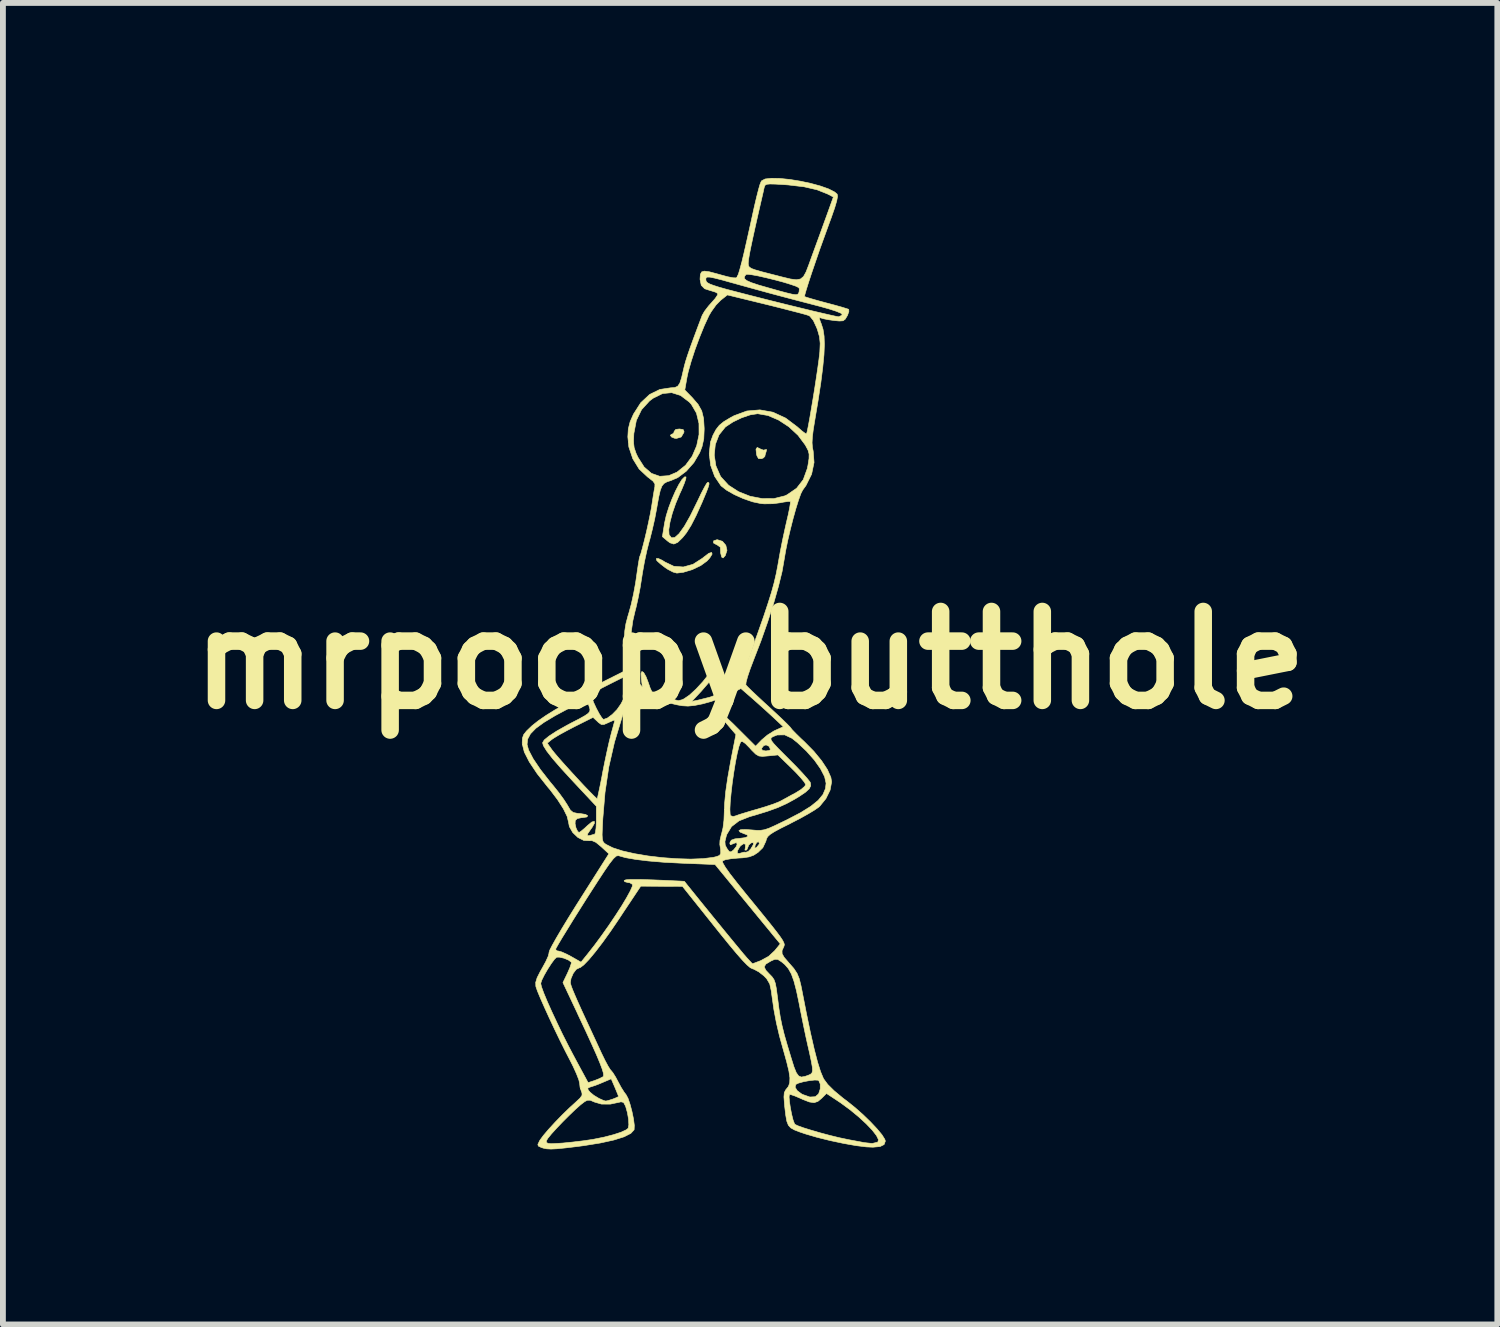
<source format=kicad_pcb>
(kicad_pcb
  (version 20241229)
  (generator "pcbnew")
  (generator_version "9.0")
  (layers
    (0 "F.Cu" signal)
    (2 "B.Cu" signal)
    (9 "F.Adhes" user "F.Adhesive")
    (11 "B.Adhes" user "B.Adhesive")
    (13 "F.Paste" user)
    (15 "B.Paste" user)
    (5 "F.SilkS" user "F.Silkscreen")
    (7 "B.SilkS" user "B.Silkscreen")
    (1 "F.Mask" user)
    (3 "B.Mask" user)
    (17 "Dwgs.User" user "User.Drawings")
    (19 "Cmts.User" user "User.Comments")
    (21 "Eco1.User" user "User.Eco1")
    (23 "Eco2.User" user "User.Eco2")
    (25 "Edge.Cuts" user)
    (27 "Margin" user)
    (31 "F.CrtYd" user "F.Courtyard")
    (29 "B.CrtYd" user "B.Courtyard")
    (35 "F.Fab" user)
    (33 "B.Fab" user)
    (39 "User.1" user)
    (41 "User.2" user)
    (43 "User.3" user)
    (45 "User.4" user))
  (footprint "mrpoopybutthole"
    (layer "F.Cu")
    (at 9.804 8.263)
    (property "Reference" "mrpoopybutthole" (at 0 0 0) (layer "F.SilkS") (effects (font (size 1.524 1.524) (thickness 0.3))))
    (attr through_hole)
    (fp_poly (pts (xy -1.147 -3.952) (xy -1.132 -3.918) (xy -1.135 -3.902) (xy -1.18 -3.825) (xy -1.261 -3.8) (xy -1.294 -3.803) (xy -1.346 -3.824) (xy -1.367 -3.853) (xy -1.347 -3.872) (xy -1.333 -3.873) (xy -1.305 -3.899) (xy -1.302 -3.919) (xy -1.274 -3.954) (xy -1.211 -3.962) (xy -1.147 -3.952)) (stroke (width 0.01) (type solid)) (fill yes) (layer "F.SilkS"))
    (fp_poly (pts (xy 0.172 -3.622) (xy 0.172 -3.621) (xy 0.229 -3.599) (xy 0.258 -3.606) (xy 0.283 -3.609) (xy 0.275 -3.574) (xy 0.257 -3.515) (xy 0.254 -3.494) (xy 0.228 -3.466) (xy 0.192 -3.452) (xy 0.144 -3.455) (xy 0.117 -3.503) (xy 0.11 -3.53) (xy 0.101 -3.615) (xy 0.122 -3.646) (xy 0.172 -3.622)) (stroke (width 0.01) (type solid)) (fill yes) (layer "F.SilkS"))
    (fp_poly (pts (xy -0.474 -2.037) (xy -0.416 -1.969) (xy -0.396 -1.882) (xy -0.424 -1.796) (xy -0.426 -1.792) (xy -0.462 -1.752) (xy -0.483 -1.762) (xy -0.491 -1.781) (xy -0.506 -1.841) (xy -0.506 -1.861) (xy -0.51 -1.936) (xy -0.564 -1.975) (xy -0.572 -1.978) (xy -0.627 -2.008) (xy -0.626 -2.044) (xy -0.572 -2.063) (xy -0.56 -2.064) (xy -0.474 -2.037)) (stroke (width 0.01) (type solid)) (fill yes) (layer "F.SilkS"))
    (fp_poly (pts (xy -0.651 -1.818) (xy -0.69 -1.754) (xy -0.737 -1.701) (xy -0.846 -1.621) (xy -0.991 -1.552) (xy -1.143 -1.506) (xy -1.255 -1.492) (xy -1.321 -1.51) (xy -1.409 -1.556) (xy -1.453 -1.585) (xy -1.532 -1.646) (xy -1.588 -1.696) (xy -1.602 -1.712) (xy -1.606 -1.742) (xy -1.57 -1.741) (xy -1.505 -1.711) (xy -1.458 -1.681) (xy -1.307 -1.609) (xy -1.144 -1.597) (xy -0.978 -1.643) (xy -0.816 -1.747) (xy -0.792 -1.767) (xy -0.708 -1.831) (xy -0.659 -1.846) (xy -0.651 -1.818)) (stroke (width 0.01) (type solid)) (fill yes) (layer "F.SilkS"))
    (fp_poly (pts (xy -1.098 -3.14) (xy -1.102 -3.105) (xy -1.129 -3.027) (xy -1.174 -2.919) (xy -1.204 -2.855) (xy -1.275 -2.686) (xy -1.333 -2.518) (xy -1.373 -2.364) (xy -1.393 -2.238) (xy -1.389 -2.154) (xy -1.387 -2.148) (xy -1.347 -2.096) (xy -1.289 -2.103) (xy -1.216 -2.169) (xy -1.127 -2.293) (xy -1.025 -2.473) (xy -0.909 -2.709) (xy -0.898 -2.731) (xy -0.837 -2.859) (xy -0.783 -2.962) (xy -0.744 -3.029) (xy -0.725 -3.048) (xy -0.707 -3.042) (xy -0.703 -3.019) (xy -0.716 -2.969) (xy -0.748 -2.883) (xy -0.804 -2.75) (xy -0.823 -2.704) (xy -0.923 -2.482) (xy -1.01 -2.312) (xy -1.091 -2.182) (xy -1.156 -2.101) (xy -1.24 -2.019) (xy -1.307 -1.99) (xy -1.373 -2.011) (xy -1.416 -2.043) (xy -1.503 -2.117) (xy -1.465 -2.353) (xy -1.437 -2.478) (xy -1.393 -2.618) (xy -1.339 -2.76) (xy -1.28 -2.895) (xy -1.221 -3.01) (xy -1.167 -3.096) (xy -1.122 -3.141) (xy -1.098 -3.14)) (stroke (width 0.01) (type solid)) (fill yes) (layer "F.SilkS"))
    (fp_poly (pts (xy 0.511 -8.255) (xy 0.679 -8.238) (xy 0.858 -8.209) (xy 1.037 -8.171) (xy 1.203 -8.126) (xy 1.344 -8.076) (xy 1.448 -8.023) (xy 1.492 -7.986) (xy 1.499 -7.949) (xy 1.485 -7.873) (xy 1.45 -7.753) (xy 1.391 -7.583) (xy 1.362 -7.505) (xy 1.278 -7.273) (xy 1.196 -7.046) (xy 1.122 -6.831) (xy 1.056 -6.638) (xy 1.002 -6.474) (xy 0.962 -6.346) (xy 0.938 -6.262) (xy 0.934 -6.231) (xy 0.968 -6.218) (xy 1.051 -6.193) (xy 1.17 -6.159) (xy 1.307 -6.122) (xy 1.45 -6.084) (xy 1.571 -6.05) (xy 1.655 -6.024) (xy 1.69 -6.012) (xy 1.693 -5.977) (xy 1.67 -5.911) (xy 1.664 -5.9) (xy 1.63 -5.843) (xy 1.593 -5.816) (xy 1.53 -5.812) (xy 1.45 -5.819) (xy 1.343 -5.834) (xy 1.257 -5.851) (xy 1.228 -5.86) (xy 1.193 -5.87) (xy 1.187 -5.852) (xy 1.207 -5.795) (xy 1.22 -5.763) (xy 1.25 -5.669) (xy 1.268 -5.553) (xy 1.273 -5.41) (xy 1.266 -5.232) (xy 1.245 -5.016) (xy 1.212 -4.754) (xy 1.164 -4.441) (xy 1.112 -4.13) (xy 1.083 -3.953) (xy 1.067 -3.823) (xy 1.062 -3.726) (xy 1.068 -3.646) (xy 1.081 -3.583) (xy 1.096 -3.388) (xy 1.054 -3.187) (xy 0.957 -2.992) (xy 0.901 -2.915) (xy 0.87 -2.854) (xy 0.83 -2.743) (xy 0.784 -2.595) (xy 0.736 -2.423) (xy 0.689 -2.238) (xy 0.646 -2.054) (xy 0.611 -1.883) (xy 0.586 -1.737) (xy 0.585 -1.73) (xy 0.548 -1.518) (xy 0.485 -1.261) (xy 0.402 -0.969) (xy 0.301 -0.655) (xy 0.186 -0.329) (xy 0.061 -0.006) (xy 0.002 0.149) (xy -0.042 0.279) (xy -0.068 0.374) (xy -0.073 0.423) (xy -0.072 0.424) (xy -0.041 0.458) (xy 0.029 0.527) (xy 0.128 0.62) (xy 0.248 0.732) (xy 0.318 0.795) (xy 0.444 0.912) (xy 0.553 1.014) (xy 0.636 1.095) (xy 0.685 1.146) (xy 0.695 1.159) (xy 0.722 1.193) (xy 0.786 1.259) (xy 0.874 1.345) (xy 0.93 1.397) (xy 1.092 1.561) (xy 1.225 1.723) (xy 1.325 1.875) (xy 1.384 2.008) (xy 1.397 2.086) (xy 1.371 2.227) (xy 1.299 2.373) (xy 1.195 2.501) (xy 1.17 2.523) (xy 1.102 2.57) (xy 0.992 2.636) (xy 0.854 2.713) (xy 0.701 2.792) (xy 0.679 2.804) (xy 0.522 2.882) (xy 0.413 2.941) (xy 0.343 2.986) (xy 0.302 3.024) (xy 0.281 3.062) (xy 0.271 3.101) (xy 0.218 3.214) (xy 0.137 3.293) (xy 0.062 3.342) (xy -0.017 3.371) (xy -0.124 3.387) (xy -0.21 3.392) (xy -0.328 3.403) (xy -0.421 3.419) (xy -0.471 3.439) (xy -0.473 3.441) (xy -0.467 3.475) (xy -0.425 3.548) (xy -0.344 3.662) (xy -0.222 3.818) (xy -0.075 4.001) (xy 0.109 4.226) (xy 0.257 4.408) (xy 0.372 4.551) (xy 0.458 4.661) (xy 0.519 4.743) (xy 0.558 4.802) (xy 0.579 4.844) (xy 0.587 4.873) (xy 0.583 4.896) (xy 0.574 4.917) (xy 0.574 4.917) (xy 0.547 4.979) (xy 0.549 5.032) (xy 0.584 5.093) (xy 0.659 5.18) (xy 0.662 5.184) (xy 0.749 5.283) (xy 0.805 5.368) (xy 0.843 5.46) (xy 0.873 5.582) (xy 0.887 5.652) (xy 0.965 6.051) (xy 1.035 6.388) (xy 1.099 6.667) (xy 1.156 6.887) (xy 1.208 7.052) (xy 1.254 7.162) (xy 1.261 7.176) (xy 1.33 7.27) (xy 1.439 7.378) (xy 1.594 7.507) (xy 1.66 7.556) (xy 1.797 7.666) (xy 1.934 7.787) (xy 2.063 7.912) (xy 2.174 8.03) (xy 2.259 8.132) (xy 2.308 8.21) (xy 2.318 8.241) (xy 2.296 8.301) (xy 2.227 8.335) (xy 2.105 8.346) (xy 1.992 8.341) (xy 1.815 8.319) (xy 1.601 8.281) (xy 1.37 8.232) (xy 1.145 8.176) (xy 0.947 8.118) (xy 0.85 8.085) (xy 0.76 8.05) (xy 0.697 8.015) (xy 0.656 7.97) (xy 0.629 7.9) (xy 0.61 7.794) (xy 0.592 7.64) (xy 0.589 7.605) (xy 0.58 7.485) (xy 0.58 7.485) (xy 0.668 7.485) (xy 0.675 7.568) (xy 0.691 7.675) (xy 0.713 7.786) (xy 0.737 7.882) (xy 0.761 7.944) (xy 0.768 7.954) (xy 0.816 7.978) (xy 0.913 8.013) (xy 1.045 8.054) (xy 1.199 8.099) (xy 1.363 8.143) (xy 1.522 8.182) (xy 1.665 8.212) (xy 1.699 8.219) (xy 1.812 8.24) (xy 1.908 8.258) (xy 1.953 8.267) (xy 2.092 8.282) (xy 2.184 8.26) (xy 2.189 8.257) (xy 2.2 8.217) (xy 2.166 8.147) (xy 2.094 8.054) (xy 1.99 7.945) (xy 1.861 7.826) (xy 1.714 7.705) (xy 1.555 7.588) (xy 1.488 7.543) (xy 1.309 7.425) (xy 1.227 7.507) (xy 1.162 7.561) (xy 1.097 7.583) (xy 1.015 7.571) (xy 0.9 7.526) (xy 0.861 7.508) (xy 0.767 7.468) (xy 0.699 7.445) (xy 0.674 7.443) (xy 0.668 7.485) (xy 0.58 7.485) (xy 0.586 7.411) (xy 0.61 7.364) (xy 0.615 7.358) (xy 0.648 7.317) (xy 0.771 7.317) (xy 0.807 7.377) (xy 0.884 7.434) (xy 0.899 7.442) (xy 1.024 7.486) (xy 1.118 7.481) (xy 1.174 7.432) (xy 1.202 7.347) (xy 1.202 7.263) (xy 1.178 7.207) (xy 1.164 7.198) (xy 1.108 7.195) (xy 1.017 7.205) (xy 0.915 7.224) (xy 0.829 7.248) (xy 0.785 7.269) (xy 0.771 7.317) (xy 0.648 7.317) (xy 0.657 7.306) (xy 0.679 7.242) (xy 0.682 7.157) (xy 0.665 7.041) (xy 0.627 6.884) (xy 0.578 6.708) (xy 0.505 6.447) (xy 0.451 6.217) (xy 0.408 5.99) (xy 0.372 5.738) (xy 0.363 5.668) (xy 0.337 5.549) (xy 0.285 5.46) (xy 0.236 5.409) (xy 0.15 5.342) (xy 0.065 5.296) (xy 0.04 5.288) (xy 0.002 5.269) (xy -0.013 5.256) (xy 0.242 5.256) (xy 0.27 5.314) (xy 0.326 5.374) (xy 0.375 5.424) (xy 0.409 5.473) (xy 0.432 5.536) (xy 0.45 5.628) (xy 0.468 5.765) (xy 0.474 5.81) (xy 0.495 5.975) (xy 0.518 6.12) (xy 0.547 6.261) (xy 0.585 6.415) (xy 0.637 6.596) (xy 0.704 6.818) (xy 0.752 6.971) (xy 0.792 7.07) (xy 0.832 7.125) (xy 0.878 7.144) (xy 0.941 7.133) (xy 1 7.112) (xy 1.036 7.096) (xy 1.06 7.073) (xy 1.07 7.035) (xy 1.066 6.971) (xy 1.048 6.87) (xy 1.017 6.724) (xy 0.989 6.602) (xy 0.959 6.468) (xy 0.922 6.293) (xy 0.882 6.097) (xy 0.844 5.904) (xy 0.839 5.877) (xy 0.794 5.662) (xy 0.751 5.499) (xy 0.707 5.377) (xy 0.656 5.286) (xy 0.594 5.215) (xy 0.536 5.167) (xy 0.474 5.128) (xy 0.424 5.126) (xy 0.356 5.156) (xy 0.27 5.208) (xy 0.242 5.256) (xy -0.013 5.256) (xy -0.052 5.223) (xy -0.126 5.147) (xy -0.225 5.035) (xy -0.352 4.883) (xy -0.512 4.686) (xy -0.603 4.572) (xy -1.159 3.876) (xy -1.516 3.875) (xy -1.874 3.873) (xy -1.954 3.993) (xy -2.003 4.067) (xy -2.078 4.179) (xy -2.166 4.311) (xy -2.247 4.434) (xy -2.391 4.646) (xy -2.528 4.837) (xy -2.653 5) (xy -2.762 5.131) (xy -2.849 5.221) (xy -2.909 5.267) (xy -2.924 5.271) (xy -2.979 5.298) (xy -3.031 5.367) (xy -3.069 5.455) (xy -3.08 5.522) (xy -3.076 5.547) (xy -3.064 5.587) (xy -3.041 5.648) (xy -3.005 5.734) (xy -2.954 5.851) (xy -2.885 6.004) (xy -2.795 6.199) (xy -2.683 6.44) (xy -2.547 6.734) (xy -2.546 6.736) (xy -2.487 6.857) (xy -2.434 6.956) (xy -2.395 7.018) (xy -2.383 7.031) (xy -2.351 7.07) (xy -2.303 7.147) (xy -2.266 7.217) (xy -2.21 7.321) (xy -2.155 7.408) (xy -2.126 7.445) (xy -2.092 7.508) (xy -2.057 7.611) (xy -2.024 7.736) (xy -1.998 7.862) (xy -1.984 7.971) (xy -1.987 8.042) (xy -1.988 8.048) (xy -2.044 8.109) (xy -2.16 8.168) (xy -2.335 8.223) (xy -2.567 8.274) (xy -2.853 8.32) (xy -2.975 8.336) (xy -3.168 8.359) (xy -3.309 8.373) (xy -3.411 8.378) (xy -3.485 8.374) (xy -3.544 8.362) (xy -3.582 8.349) (xy -3.629 8.326) (xy -3.637 8.298) (xy -3.61 8.242) (xy -3.609 8.24) (xy -3.493 8.24) (xy -3.487 8.266) (xy -3.462 8.281) (xy -3.406 8.286) (xy -3.307 8.281) (xy -3.21 8.275) (xy -3.04 8.258) (xy -2.856 8.236) (xy -2.693 8.212) (xy -2.678 8.209) (xy -2.5 8.173) (xy -2.339 8.131) (xy -2.208 8.088) (xy -2.12 8.047) (xy -2.089 8.021) (xy -2.078 7.963) (xy -2.083 7.867) (xy -2.102 7.755) (xy -2.132 7.649) (xy -2.135 7.641) (xy -2.168 7.579) (xy -2.213 7.568) (xy -2.235 7.574) (xy -2.396 7.608) (xy -2.548 7.607) (xy -2.665 7.573) (xy -2.74 7.541) (xy -2.792 7.542) (xy -2.836 7.566) (xy -2.905 7.619) (xy -2.997 7.701) (xy -3.102 7.802) (xy -3.212 7.912) (xy -3.316 8.021) (xy -3.404 8.118) (xy -3.466 8.194) (xy -3.492 8.238) (xy -3.493 8.24) (xy -3.609 8.24) (xy -3.598 8.221) (xy -3.543 8.146) (xy -3.454 8.041) (xy -3.341 7.918) (xy -3.216 7.789) (xy -3.091 7.668) (xy -2.992 7.578) (xy -2.915 7.506) (xy -2.88 7.457) (xy -2.881 7.415) (xy -2.888 7.399) (xy -2.909 7.336) (xy -2.783 7.336) (xy -2.773 7.367) (xy -2.743 7.403) (xy -2.678 7.457) (xy -2.59 7.51) (xy -2.507 7.547) (xy -2.473 7.555) (xy -2.433 7.547) (xy -2.361 7.524) (xy -2.354 7.522) (xy -2.287 7.495) (xy -2.255 7.478) (xy -2.254 7.477) (xy -2.266 7.444) (xy -2.295 7.373) (xy -2.317 7.32) (xy -2.38 7.174) (xy -2.5 7.225) (xy -2.588 7.262) (xy -2.655 7.288) (xy -2.739 7.315) (xy -2.751 7.319) (xy -2.783 7.336) (xy -2.909 7.336) (xy -2.914 7.32) (xy -2.921 7.253) (xy -2.935 7.191) (xy -2.975 7.088) (xy -3.032 6.962) (xy -3.08 6.867) (xy -3.168 6.697) (xy -3.261 6.51) (xy -3.355 6.315) (xy -3.445 6.123) (xy -3.526 5.945) (xy -3.594 5.791) (xy -3.644 5.671) (xy -3.67 5.595) (xy -3.672 5.586) (xy -3.673 5.541) (xy -3.588 5.541) (xy -3.574 5.6) (xy -3.535 5.707) (xy -3.475 5.851) (xy -3.398 6.023) (xy -3.309 6.213) (xy -3.213 6.413) (xy -3.112 6.612) (xy -3.037 6.755) (xy -2.953 6.912) (xy -2.879 7.049) (xy -2.822 7.154) (xy -2.786 7.221) (xy -2.775 7.239) (xy -2.746 7.23) (xy -2.679 7.208) (xy -2.664 7.203) (xy -2.581 7.17) (xy -2.523 7.14) (xy -2.519 7.138) (xy -2.51 7.116) (xy -2.515 7.073) (xy -2.536 7.003) (xy -2.575 6.9) (xy -2.633 6.761) (xy -2.714 6.58) (xy -2.818 6.353) (xy -2.949 6.074) (xy -2.964 6.04) (xy -3.207 5.525) (xy -3.128 5.361) (xy -3.088 5.269) (xy -3.065 5.2) (xy -3.064 5.175) (xy -3.111 5.14) (xy -3.19 5.107) (xy -3.27 5.089) (xy -3.315 5.09) (xy -3.353 5.126) (xy -3.408 5.201) (xy -3.47 5.297) (xy -3.528 5.398) (xy -3.571 5.485) (xy -3.588 5.54) (xy -3.588 5.541) (xy -3.673 5.541) (xy -3.674 5.522) (xy -3.65 5.443) (xy -3.596 5.336) (xy -3.56 5.273) (xy -3.501 5.165) (xy -3.46 5.074) (xy -3.445 5.016) (xy -3.446 5.008) (xy -3.434 4.971) (xy -3.427 4.957) (xy -3.334 4.957) (xy -3.308 4.981) (xy -3.282 4.985) (xy -3.228 5) (xy -3.141 5.039) (xy -3.064 5.08) (xy -2.897 5.175) (xy -2.788 5.04) (xy -2.667 4.886) (xy -2.543 4.718) (xy -2.42 4.544) (xy -2.305 4.373) (xy -2.201 4.212) (xy -2.116 4.07) (xy -2.053 3.955) (xy -2.018 3.876) (xy -2.015 3.843) (xy -2.061 3.815) (xy -2.097 3.81) (xy -2.148 3.796) (xy -2.159 3.777) (xy -2.129 3.764) (xy -2.038 3.758) (xy -1.885 3.758) (xy -1.67 3.765) (xy -1.643 3.766) (xy -1.47 3.773) (xy -1.321 3.78) (xy -1.207 3.785) (xy -1.139 3.789) (xy -1.125 3.791) (xy -1.088 3.838) (xy -1.018 3.925) (xy -0.922 4.044) (xy -0.808 4.185) (xy -0.682 4.34) (xy -0.551 4.501) (xy -0.422 4.659) (xy -0.302 4.805) (xy -0.198 4.931) (xy -0.117 5.029) (xy -0.065 5.089) (xy -0.054 5.102) (xy 0.04 5.203) (xy 0.183 5.149) (xy 0.318 5.075) (xy 0.422 4.978) (xy 0.517 4.861) (xy 0.391 4.709) (xy 0.333 4.637) (xy 0.242 4.527) (xy 0.128 4.388) (xy -0.001 4.231) (xy -0.138 4.064) (xy -0.167 4.029) (xy -0.6 3.502) (xy -1.177 3.479) (xy -1.47 3.464) (xy -1.734 3.442) (xy -1.958 3.415) (xy -2.136 3.384) (xy -2.257 3.35) (xy -2.292 3.356) (xy -2.341 3.4) (xy -2.411 3.489) (xy -2.494 3.61) (xy -2.592 3.759) (xy -2.7 3.926) (xy -2.814 4.104) (xy -2.928 4.285) (xy -3.038 4.46) (xy -3.137 4.621) (xy -3.222 4.759) (xy -3.286 4.867) (xy -3.325 4.936) (xy -3.334 4.957) (xy -3.427 4.957) (xy -3.391 4.887) (xy -3.321 4.762) (xy -3.228 4.604) (xy -3.115 4.418) (xy -2.987 4.212) (xy -2.942 4.141) (xy -2.42 3.318) (xy -2.551 3.197) (xy -2.642 3.122) (xy -2.711 3.092) (xy -2.752 3.094) (xy -2.85 3.089) (xy -2.951 3.038) (xy -3.039 2.954) (xy -3.097 2.852) (xy -3.112 2.774) (xy -3.135 2.678) (xy -3.199 2.547) (xy -3.299 2.391) (xy -3.429 2.219) (xy -3.461 2.182) (xy -3.648 1.946) (xy -3.783 1.744) (xy -3.869 1.575) (xy -3.902 1.444) (xy -3.822 1.444) (xy -3.796 1.54) (xy -3.718 1.689) (xy -3.594 1.873) (xy -3.429 2.084) (xy -3.369 2.156) (xy -3.278 2.27) (xy -3.194 2.385) (xy -3.134 2.478) (xy -3.127 2.49) (xy -3.08 2.57) (xy -3.031 2.61) (xy -2.955 2.626) (xy -2.91 2.629) (xy -2.821 2.643) (xy -2.782 2.666) (xy -2.798 2.687) (xy -2.87 2.698) (xy -2.888 2.699) (xy -2.961 2.714) (xy -2.996 2.747) (xy -2.999 2.804) (xy -2.983 2.876) (xy -2.955 2.934) (xy -2.931 2.953) (xy -2.897 2.932) (xy -2.835 2.88) (xy -2.787 2.835) (xy -2.712 2.773) (xy -2.67 2.762) (xy -2.668 2.796) (xy -2.71 2.87) (xy -2.731 2.898) (xy -2.783 2.974) (xy -2.787 3.009) (xy -2.744 3.004) (xy -2.744 3.004) (xy -2.683 2.987) (xy -2.664 2.985) (xy -2.651 2.955) (xy -2.64 2.878) (xy -2.635 2.768) (xy -2.635 2.744) (xy -2.635 2.503) (xy -3.044 2.066) (xy -3.237 1.856) (xy -3.384 1.687) (xy -3.485 1.557) (xy -3.542 1.465) (xy -3.554 1.422) (xy -3.476 1.422) (xy -3.393 1.539) (xy -3.347 1.596) (xy -3.273 1.683) (xy -3.178 1.79) (xy -3.07 1.909) (xy -2.958 2.031) (xy -2.85 2.147) (xy -2.754 2.247) (xy -2.678 2.324) (xy -2.631 2.368) (xy -2.619 2.375) (xy -2.611 2.342) (xy -2.593 2.258) (xy -2.567 2.135) (xy -2.537 1.983) (xy -2.526 1.921) (xy -2.489 1.737) (xy -2.45 1.554) (xy -2.413 1.39) (xy -2.382 1.267) (xy -2.379 1.255) (xy -2.349 1.146) (xy -2.327 1.064) (xy -2.318 1.026) (xy -2.318 1.025) (xy -2.343 1.032) (xy -2.406 1.059) (xy -2.429 1.07) (xy -2.503 1.102) (xy -2.55 1.102) (xy -2.598 1.068) (xy -2.615 1.051) (xy -2.691 0.98) (xy -3.005 1.137) (xy -3.141 1.208) (xy -3.264 1.275) (xy -3.357 1.331) (xy -3.397 1.358) (xy -3.476 1.422) (xy -3.554 1.422) (xy -3.556 1.416) (xy -3.528 1.368) (xy -3.446 1.301) (xy -3.318 1.217) (xy -3.148 1.121) (xy -3.07 1.079) (xy -2.926 1.005) (xy -2.83 0.951) (xy -2.774 0.912) (xy -2.748 0.879) (xy -2.744 0.847) (xy -2.748 0.826) (xy -2.77 0.756) (xy -2.802 0.72) (xy -2.855 0.716) (xy -2.939 0.744) (xy -3.066 0.805) (xy -3.094 0.819) (xy -3.341 0.951) (xy -3.532 1.066) (xy -3.672 1.168) (xy -3.764 1.263) (xy -3.812 1.353) (xy -3.822 1.444) (xy -3.902 1.444) (xy -3.904 1.437) (xy -3.905 1.41) (xy -3.901 1.335) (xy -3.88 1.276) (xy -3.832 1.215) (xy -3.748 1.134) (xy -3.735 1.122) (xy -3.634 1.042) (xy -3.497 0.947) (xy -3.344 0.852) (xy -3.241 0.794) (xy -3.106 0.719) (xy -2.988 0.65) (xy -2.917 0.606) (xy -2.716 0.606) (xy -2.714 0.639) (xy -2.712 0.644) (xy -2.68 0.728) (xy -2.635 0.825) (xy -2.586 0.917) (xy -2.542 0.986) (xy -2.514 1.016) (xy -2.512 1.016) (xy -2.445 0.992) (xy -2.362 0.93) (xy -2.28 0.846) (xy -2.217 0.756) (xy -2.207 0.738) (xy -2.159 0.648) (xy -2.121 0.606) (xy -2.099 0.616) (xy -2.095 0.645) (xy -2.105 0.692) (xy -2.131 0.783) (xy -2.169 0.903) (xy -2.192 0.97) (xy -2.324 1.405) (xy -2.421 1.829) (xy -2.486 2.266) (xy -2.524 2.719) (xy -2.532 2.881) (xy -2.536 2.991) (xy -2.532 3.062) (xy -2.521 3.106) (xy -2.5 3.134) (xy -2.471 3.156) (xy -2.354 3.215) (xy -2.187 3.269) (xy -1.98 3.316) (xy -1.748 3.355) (xy -1.502 3.384) (xy -1.255 3.402) (xy -1.018 3.409) (xy -0.806 3.401) (xy -0.629 3.379) (xy -0.572 3.365) (xy -0.524 3.346) (xy -0.503 3.312) (xy -0.503 3.309) (xy -0.218 3.309) (xy -0.183 3.314) (xy -0.167 3.307) (xy -0.103 3.289) (xy -0.074 3.292) (xy -0.032 3.279) (xy 0.013 3.233) (xy 0.02 3.221) (xy 0.079 3.221) (xy 0.104 3.213) (xy 0.114 3.205) (xy 0.152 3.159) (xy 0.159 3.139) (xy 0.144 3.11) (xy 0.114 3.124) (xy 0.087 3.171) (xy 0.086 3.177) (xy 0.079 3.221) (xy 0.02 3.221) (xy 0.057 3.158) (xy 0.054 3.126) (xy 0.016 3.132) (xy -0.026 3.171) (xy -0.032 3.192) (xy -0.055 3.247) (xy -0.067 3.256) (xy -0.089 3.254) (xy -0.081 3.211) (xy -0.079 3.156) (xy -0.11 3.145) (xy -0.16 3.178) (xy -0.178 3.199) (xy -0.216 3.266) (xy -0.218 3.309) (xy -0.503 3.309) (xy -0.505 3.245) (xy -0.519 3.159) (xy -0.517 3.108) (xy -0.431 3.108) (xy -0.426 3.171) (xy -0.396 3.228) (xy -0.357 3.281) (xy -0.325 3.285) (xy -0.283 3.252) (xy -0.237 3.194) (xy -0.222 3.153) (xy -0.234 3.126) (xy -0.279 3.14) (xy -0.289 3.145) (xy -0.337 3.164) (xy -0.347 3.142) (xy -0.344 3.122) (xy -0.321 3.084) (xy -0.26 3.062) (xy -0.182 3.054) (xy -0.083 3.041) (xy -0.037 3.02) (xy -0.048 2.995) (xy -0.111 2.971) (xy -0.171 2.946) (xy -0.191 2.92) (xy -0.161 2.905) (xy -0.076 2.902) (xy 0.024 2.909) (xy 0.11 2.916) (xy 0.18 2.916) (xy 0.245 2.906) (xy 0.321 2.881) (xy 0.42 2.837) (xy 0.557 2.771) (xy 0.634 2.734) (xy 0.866 2.613) (xy 1.041 2.504) (xy 1.167 2.402) (xy 1.249 2.302) (xy 1.292 2.199) (xy 1.302 2.109) (xy 1.277 1.997) (xy 1.207 1.861) (xy 1.101 1.711) (xy 0.966 1.559) (xy 0.811 1.413) (xy 0.718 1.339) (xy 0.593 1.28) (xy 0.463 1.282) (xy 0.389 1.312) (xy 0.364 1.329) (xy 0.355 1.349) (xy 0.367 1.381) (xy 0.405 1.43) (xy 0.476 1.506) (xy 0.583 1.614) (xy 0.666 1.697) (xy 0.789 1.821) (xy 0.895 1.933) (xy 0.976 2.024) (xy 1.025 2.085) (xy 1.034 2.102) (xy 1.039 2.153) (xy 1.013 2.204) (xy 0.95 2.262) (xy 0.841 2.336) (xy 0.763 2.383) (xy 0.623 2.459) (xy 0.475 2.526) (xy 0.301 2.589) (xy 0.087 2.655) (xy -0.006 2.681) (xy -0.189 2.753) (xy -0.318 2.852) (xy -0.398 2.984) (xy -0.409 3.017) (xy -0.431 3.108) (xy -0.517 3.108) (xy -0.516 3.089) (xy -0.495 2.995) (xy -0.488 2.973) (xy -0.464 2.873) (xy -0.448 2.743) (xy -0.444 2.639) (xy -0.441 2.556) (xy -0.346 2.556) (xy -0.342 2.64) (xy -0.335 2.664) (xy -0.291 2.68) (xy -0.245 2.667) (xy -0.184 2.645) (xy -0.08 2.613) (xy 0.05 2.574) (xy 0.125 2.553) (xy 0.267 2.51) (xy 0.396 2.467) (xy 0.492 2.429) (xy 0.522 2.415) (xy 0.606 2.369) (xy 0.715 2.309) (xy 0.786 2.271) (xy 0.875 2.215) (xy 0.935 2.163) (xy 0.953 2.133) (xy 0.931 2.092) (xy 0.872 2.02) (xy 0.787 1.927) (xy 0.715 1.855) (xy 0.477 1.624) (xy 0.306 1.641) (xy 0.212 1.649) (xy 0.15 1.642) (xy 0.096 1.61) (xy 0.03 1.545) (xy 0.004 1.516) (xy 0.193 1.516) (xy 0.214 1.547) (xy 0.27 1.556) (xy 0.33 1.547) (xy 0.349 1.53) (xy 0.326 1.477) (xy 0.274 1.452) (xy 0.233 1.465) (xy 0.193 1.516) (xy 0.004 1.516) (xy -0.001 1.51) (xy -0.079 1.43) (xy -0.128 1.395) (xy -0.157 1.398) (xy -0.165 1.409) (xy -0.192 1.481) (xy -0.221 1.599) (xy -0.251 1.75) (xy -0.279 1.921) (xy -0.305 2.1) (xy -0.325 2.273) (xy -0.34 2.43) (xy -0.346 2.556) (xy -0.441 2.556) (xy -0.437 2.458) (xy -0.418 2.255) (xy -0.384 2.02) (xy -0.334 1.739) (xy -0.313 1.629) (xy -0.243 1.274) (xy -0.424 1.062) (xy -0.503 0.965) (xy -0.56 0.887) (xy -0.587 0.839) (xy -0.588 0.831) (xy -0.56 0.846) (xy -0.496 0.898) (xy -0.405 0.982) (xy -0.293 1.088) (xy -0.238 1.143) (xy 0.094 1.474) (xy 0.198 1.367) (xy 0.296 1.284) (xy 0.409 1.213) (xy 0.435 1.201) (xy 0.569 1.141) (xy 0.388 0.971) (xy 0.266 0.859) (xy 0.13 0.737) (xy 0.025 0.644) (xy -0.157 0.486) (xy -0.364 0.59) (xy -0.504 0.651) (xy -0.671 0.709) (xy -0.816 0.749) (xy -0.957 0.777) (xy -1.064 0.787) (xy -1.165 0.781) (xy -1.254 0.765) (xy -1.505 0.706) (xy -1.702 0.638) (xy -1.854 0.556) (xy -1.971 0.455) (xy -2.04 0.366) (xy -2.109 0.26) (xy -2.422 0.417) (xy -2.559 0.487) (xy -2.648 0.537) (xy -2.697 0.575) (xy -2.716 0.606) (xy -2.917 0.606) (xy -2.9 0.596) (xy -2.859 0.566) (xy -2.808 0.53) (xy -2.714 0.475) (xy -2.591 0.408) (xy -2.48 0.351) (xy -2.159 0.19) (xy -2.159 -0.105) (xy -2.059 -0.105) (xy -2.051 0.055) (xy -2.035 0.15) (xy -1.993 0.259) (xy -1.935 0.356) (xy -1.922 0.373) (xy -1.846 0.46) (xy -1.864 0.321) (xy -1.869 0.229) (xy -1.854 0.193) (xy -1.824 0.212) (xy -1.784 0.282) (xy -1.748 0.375) (xy -1.712 0.478) (xy -1.684 0.538) (xy -1.651 0.571) (xy -1.599 0.591) (xy -1.562 0.602) (xy -1.486 0.609) (xy -1.415 0.58) (xy -1.337 0.507) (xy -1.252 0.397) (xy -1.201 0.338) (xy -1.172 0.329) (xy -1.168 0.362) (xy -1.188 0.426) (xy -1.235 0.514) (xy -1.237 0.517) (xy -1.291 0.615) (xy -1.301 0.668) (xy -1.292 0.678) (xy -1.228 0.694) (xy -1.165 0.678) (xy -1.133 0.663) (xy -1.038 0.598) (xy -0.925 0.494) (xy -0.809 0.368) (xy -0.704 0.235) (xy -0.673 0.191) (xy -0.608 0.098) (xy -0.568 0.058) (xy -0.548 0.067) (xy -0.547 0.072) (xy -0.559 0.147) (xy -0.615 0.255) (xy -0.711 0.387) (xy -0.84 0.536) (xy -1 0.707) (xy -0.889 0.684) (xy -0.689 0.634) (xy -0.503 0.566) (xy -0.355 0.491) (xy -0.342 0.483) (xy -0.282 0.435) (xy -0.225 0.368) (xy -0.167 0.275) (xy -0.105 0.15) (xy -0.035 -0.016) (xy 0.047 -0.229) (xy 0.138 -0.481) (xy 0.233 -0.751) (xy 0.307 -0.974) (xy 0.366 -1.161) (xy 0.411 -1.324) (xy 0.446 -1.474) (xy 0.475 -1.624) (xy 0.489 -1.704) (xy 0.518 -1.865) (xy 0.556 -2.057) (xy 0.598 -2.251) (xy 0.62 -2.349) (xy 0.653 -2.49) (xy 0.677 -2.607) (xy 0.69 -2.688) (xy 0.69 -2.718) (xy 0.653 -2.72) (xy 0.576 -2.709) (xy 0.52 -2.698) (xy 0.39 -2.681) (xy 0.242 -2.679) (xy 0.183 -2.684) (xy 0.045 -2.713) (xy -0.113 -2.767) (xy -0.269 -2.837) (xy -0.403 -2.913) (xy -0.496 -2.986) (xy -0.499 -2.989) (xy -0.607 -3.149) (xy -0.676 -3.339) (xy -0.697 -3.514) (xy -0.614 -3.514) (xy -0.586 -3.33) (xy -0.51 -3.157) (xy -0.497 -3.137) (xy -0.368 -2.997) (xy -0.197 -2.887) (xy -0.000109 -2.809) (xy 0.208 -2.769) (xy 0.412 -2.77) (xy 0.596 -2.816) (xy 0.634 -2.834) (xy 0.797 -2.946) (xy 0.911 -3.093) (xy 0.98 -3.283) (xy 0.992 -3.341) (xy 1.01 -3.455) (xy 1.011 -3.532) (xy 0.994 -3.596) (xy 0.954 -3.672) (xy 0.945 -3.688) (xy 0.822 -3.853) (xy 0.665 -3.999) (xy 0.488 -4.115) (xy 0.306 -4.193) (xy 0.133 -4.223) (xy 0.127 -4.223) (xy 0.003 -4.204) (xy -0.144 -4.154) (xy -0.292 -4.083) (xy -0.415 -4.002) (xy -0.427 -3.992) (xy -0.533 -3.86) (xy -0.596 -3.696) (xy -0.614 -3.514) (xy -0.697 -3.514) (xy -0.7 -3.541) (xy -0.679 -3.737) (xy -0.636 -3.855) (xy -0.584 -3.952) (xy -0.527 -4.025) (xy -0.451 -4.087) (xy -0.338 -4.155) (xy -0.275 -4.189) (xy -0.056 -4.27) (xy 0.168 -4.289) (xy 0.392 -4.249) (xy 0.61 -4.148) (xy 0.809 -3.998) (xy 0.886 -3.93) (xy 0.943 -3.887) (xy 0.966 -3.877) (xy 0.977 -3.913) (xy 0.995 -4.001) (xy 1.019 -4.129) (xy 1.046 -4.288) (xy 1.076 -4.466) (xy 1.106 -4.651) (xy 1.134 -4.834) (xy 1.159 -5.003) (xy 1.179 -5.147) (xy 1.192 -5.255) (xy 1.195 -5.286) (xy 1.201 -5.429) (xy 1.189 -5.543) (xy 1.155 -5.661) (xy 1.143 -5.693) (xy 1.085 -5.819) (xy 1.026 -5.893) (xy 1.005 -5.906) (xy 0.955 -5.922) (xy 0.853 -5.95) (xy 0.709 -5.987) (xy 0.535 -6.032) (xy 0.34 -6.081) (xy 0.274 -6.097) (xy -0.389 -6.259) (xy -0.504 -6.168) (xy -0.584 -6.086) (xy -0.664 -5.975) (xy -0.706 -5.903) (xy -0.785 -5.732) (xy -0.866 -5.532) (xy -0.944 -5.322) (xy -1.01 -5.12) (xy -1.06 -4.944) (xy -1.081 -4.847) (xy -1.119 -4.63) (xy -0.99 -4.498) (xy -0.891 -4.383) (xy -0.829 -4.272) (xy -0.797 -4.142) (xy -0.787 -3.973) (xy -0.787 -3.953) (xy -0.794 -3.792) (xy -0.824 -3.658) (xy -0.864 -3.556) (xy -0.964 -3.385) (xy -1.094 -3.238) (xy -1.239 -3.129) (xy -1.357 -3.078) (xy -1.425 -3.056) (xy -1.475 -3.028) (xy -1.511 -2.983) (xy -1.539 -2.911) (xy -1.565 -2.8) (xy -1.594 -2.639) (xy -1.601 -2.598) (xy -1.634 -2.423) (xy -1.677 -2.234) (xy -1.72 -2.063) (xy -1.731 -2.027) (xy -1.769 -1.877) (xy -1.809 -1.693) (xy -1.843 -1.504) (xy -1.858 -1.408) (xy -1.885 -1.237) (xy -1.919 -1.062) (xy -1.953 -0.909) (xy -1.972 -0.837) (xy -2.009 -0.677) (xy -2.036 -0.489) (xy -2.053 -0.292) (xy -2.059 -0.105) (xy -2.159 -0.105) (xy -2.159 -0.183) (xy -2.156 -0.365) (xy -2.147 -0.505) (xy -2.128 -0.625) (xy -2.096 -0.747) (xy -2.077 -0.81) (xy -2.037 -0.956) (xy -1.997 -1.136) (xy -1.963 -1.321) (xy -1.95 -1.408) (xy -1.93 -1.55) (xy -1.912 -1.668) (xy -1.898 -1.747) (xy -1.891 -1.775) (xy -1.872 -1.825) (xy -1.845 -1.923) (xy -1.811 -2.054) (xy -1.775 -2.204) (xy -1.741 -2.359) (xy -1.711 -2.504) (xy -1.689 -2.624) (xy -1.683 -2.664) (xy -1.664 -2.789) (xy -1.646 -2.898) (xy -1.633 -2.967) (xy -1.632 -2.97) (xy -1.631 -3.02) (xy -1.664 -3.068) (xy -1.742 -3.129) (xy -1.757 -3.14) (xy -1.901 -3.275) (xy -2.01 -3.452) (xy -2.078 -3.654) (xy -2.086 -3.738) (xy -1.998 -3.738) (xy -1.987 -3.642) (xy -1.955 -3.547) (xy -1.922 -3.477) (xy -1.816 -3.31) (xy -1.69 -3.201) (xy -1.548 -3.151) (xy -1.394 -3.162) (xy -1.253 -3.222) (xy -1.106 -3.34) (xy -0.992 -3.495) (xy -0.915 -3.675) (xy -0.875 -3.866) (xy -0.876 -4.057) (xy -0.919 -4.234) (xy -1.007 -4.385) (xy -1.043 -4.424) (xy -1.191 -4.536) (xy -1.344 -4.584) (xy -1.5 -4.569) (xy -1.66 -4.49) (xy -1.723 -4.443) (xy -1.86 -4.293) (xy -1.949 -4.109) (xy -1.992 -3.884) (xy -1.993 -3.867) (xy -1.998 -3.738) (xy -2.086 -3.738) (xy -2.095 -3.826) (xy -2.087 -3.964) (xy -2.056 -4.086) (xy -1.998 -4.217) (xy -1.874 -4.411) (xy -1.722 -4.553) (xy -1.547 -4.639) (xy -1.364 -4.667) (xy -1.291 -4.672) (xy -1.241 -4.694) (xy -1.205 -4.745) (xy -1.175 -4.836) (xy -1.144 -4.969) (xy -1.127 -5.041) (xy -1.105 -5.121) (xy -1.074 -5.218) (xy -1.032 -5.341) (xy -0.975 -5.498) (xy -0.901 -5.697) (xy -0.821 -5.909) (xy -0.781 -5.979) (xy -0.713 -6.068) (xy -0.663 -6.124) (xy -0.597 -6.199) (xy -0.558 -6.258) (xy -0.553 -6.283) (xy -0.594 -6.307) (xy -0.668 -6.33) (xy -0.671 -6.33) (xy -0.779 -6.365) (xy -0.837 -6.424) (xy -0.857 -6.522) (xy -0.857 -6.524) (xy -0.759 -6.524) (xy -0.756 -6.505) (xy -0.749 -6.486) (xy -0.729 -6.467) (xy -0.69 -6.446) (xy -0.626 -6.422) (xy -0.532 -6.392) (xy -0.402 -6.355) (xy -0.229 -6.31) (xy -0.009 -6.253) (xy 0.266 -6.183) (xy 0.365 -6.158) (xy 0.622 -6.094) (xy 0.86 -6.036) (xy 1.073 -5.984) (xy 1.253 -5.942) (xy 1.392 -5.91) (xy 1.484 -5.89) (xy 1.521 -5.884) (xy 1.57 -5.91) (xy 1.578 -5.925) (xy 1.554 -5.947) (xy 1.474 -5.98) (xy 1.347 -6.021) (xy 1.2 -6.062) (xy 0.755 -6.178) (xy 0.363 -6.282) (xy 0.013 -6.378) (xy -0.301 -6.465) (xy -0.479 -6.515) (xy -0.605 -6.547) (xy -0.687 -6.564) (xy -0.734 -6.565) (xy -0.755 -6.551) (xy -0.759 -6.524) (xy -0.857 -6.524) (xy -0.857 -6.544) (xy -0.852 -6.612) (xy -0.831 -6.653) (xy -0.784 -6.667) (xy -0.7 -6.656) (xy -0.571 -6.622) (xy -0.5 -6.602) (xy -0.386 -6.571) (xy -0.293 -6.553) (xy -0.24 -6.551) (xy -0.238 -6.552) (xy -0.221 -6.57) (xy -0.221 -6.572) (xy -0.098 -6.572) (xy -0.097 -6.538) (xy -0.06 -6.506) (xy 0.02 -6.47) (xy 0.15 -6.427) (xy 0.318 -6.379) (xy 0.502 -6.327) (xy 0.634 -6.292) (xy 0.723 -6.271) (xy 0.779 -6.263) (xy 0.811 -6.267) (xy 0.828 -6.282) (xy 0.838 -6.306) (xy 0.839 -6.308) (xy 0.844 -6.364) (xy 0.834 -6.384) (xy 0.787 -6.408) (xy 0.694 -6.44) (xy 0.57 -6.478) (xy 0.428 -6.516) (xy 0.282 -6.552) (xy 0.146 -6.583) (xy 0.032 -6.604) (xy -0.044 -6.613) (xy -0.069 -6.61) (xy -0.098 -6.572) (xy -0.221 -6.572) (xy -0.201 -6.615) (xy -0.177 -6.693) (xy -0.148 -6.8) (xy -0.032 -6.8) (xy -0.029 -6.764) (xy -0.014 -6.737) (xy 0.023 -6.712) (xy 0.093 -6.687) (xy 0.205 -6.655) (xy 0.357 -6.616) (xy 0.551 -6.566) (xy 0.692 -6.532) (xy 0.793 -6.519) (xy 0.864 -6.532) (xy 0.916 -6.575) (xy 0.959 -6.653) (xy 1.004 -6.77) (xy 1.056 -6.914) (xy 1.124 -7.1) (xy 1.197 -7.3) (xy 1.265 -7.488) (xy 1.316 -7.628) (xy 1.427 -7.937) (xy 1.325 -7.99) (xy 1.146 -8.061) (xy 0.925 -8.112) (xy 0.652 -8.144) (xy 0.581 -8.149) (xy 0.435 -8.158) (xy 0.341 -8.16) (xy 0.286 -8.155) (xy 0.258 -8.14) (xy 0.245 -8.112) (xy 0.24 -8.093) (xy 0.226 -8.028) (xy 0.201 -7.92) (xy 0.171 -7.79) (xy 0.161 -7.747) (xy 0.099 -7.474) (xy 0.051 -7.257) (xy 0.015 -7.088) (xy -0.01 -6.963) (xy -0.025 -6.873) (xy -0.031 -6.815) (xy -0.032 -6.8) (xy -0.148 -6.8) (xy -0.145 -6.81) (xy -0.106 -6.971) (xy -0.058 -7.181) (xy 0.001 -7.446) (xy 0.022 -7.541) (xy 0.072 -7.77) (xy 0.113 -7.943) (xy 0.145 -8.068) (xy 0.169 -8.152) (xy 0.189 -8.201) (xy 0.198 -8.215) (xy 0.258 -8.246) (xy 0.367 -8.258) (xy 0.511 -8.255)) (stroke (width 0.01) (type solid)) (fill yes) (layer "F.SilkS")))
  (gr_rect
    (start -3 -3)
    (end 22.609 19.646)
    (stroke (width 0.1) (type default))
    (fill no)
    (layer "Edge.Cuts")))
</source>
